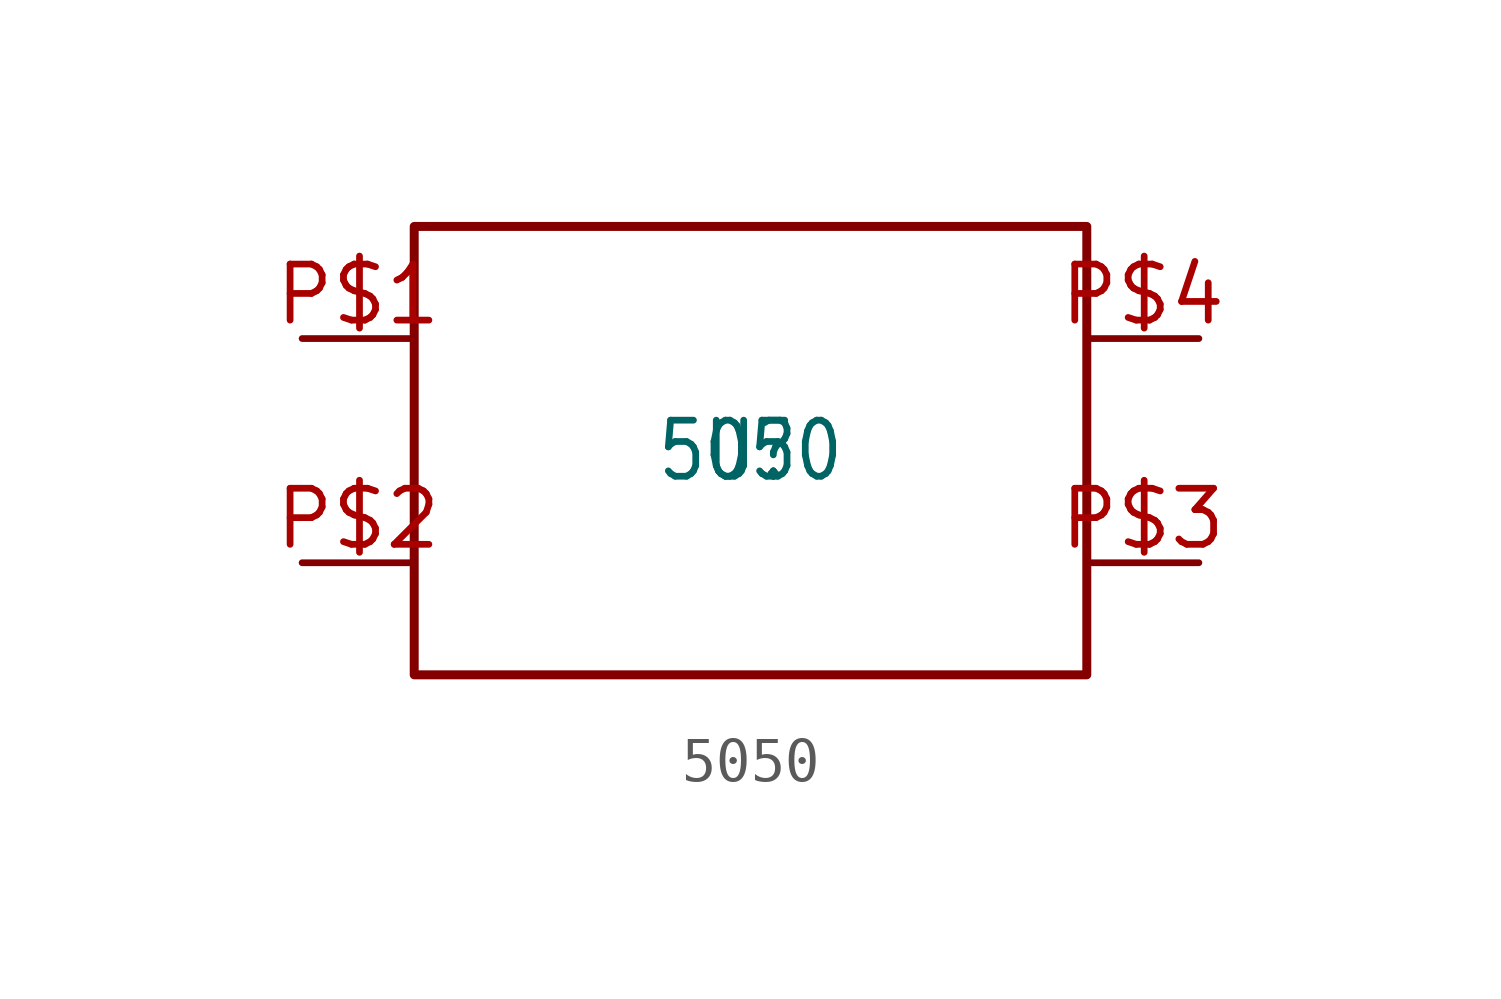
<source format=kicad_sym>
(kicad_symbol_lib
  (version 20211014)
  (generator kicad_symbol_editor)
  (symbol "5050"
    (pin_names
      (offset 1.016) hide)
    (property "Reference" "U"
      (at 0 0 0)
      (effects (font (size 1.27 1.086))))
    (property "Value" "5050"
      (at 0 0 0)
      (effects (font (size 1.27 1.086))))
    (symbol "5050_0_0")
    (symbol "5050_0_1"
      (polyline (pts (xy -7.62 5.08) (xy 7.62 5.08) (xy 7.62 -5.08) (xy -7.62 -5.08) (xy -7.62 5.08)) (stroke (width 0.203) (type default) (color 0 0 0 0))))
    (symbol "5050_1_1"
      (pin power_in line (at -10.16 2.54 0) (length 2.54) (name "VDD" (effects (font (size 1.27 1.086)))) (number "P$1" (effects (font (size 1.27 1.086)))))
      (pin power_in line (at 10.16 -2.54 180) (length 2.54) (name "VSS" (effects (font (size 1.27 1.086)))) (number "P$3" (effects (font (size 1.27 1.086)))))
      (pin input line (at 10.16 2.54 180) (length 2.54) (name "DIN" (effects (font (size 1.27 1.086)))) (number "P$4" (effects (font (size 1.27 1.086)))))
      (pin output line (at -10.16 -2.54 0) (length 2.54) (name "DOUT" (effects (font (size 1.27 1.086)))) (number "P$2" (effects (font (size 1.27 1.086))))))))
</source>
